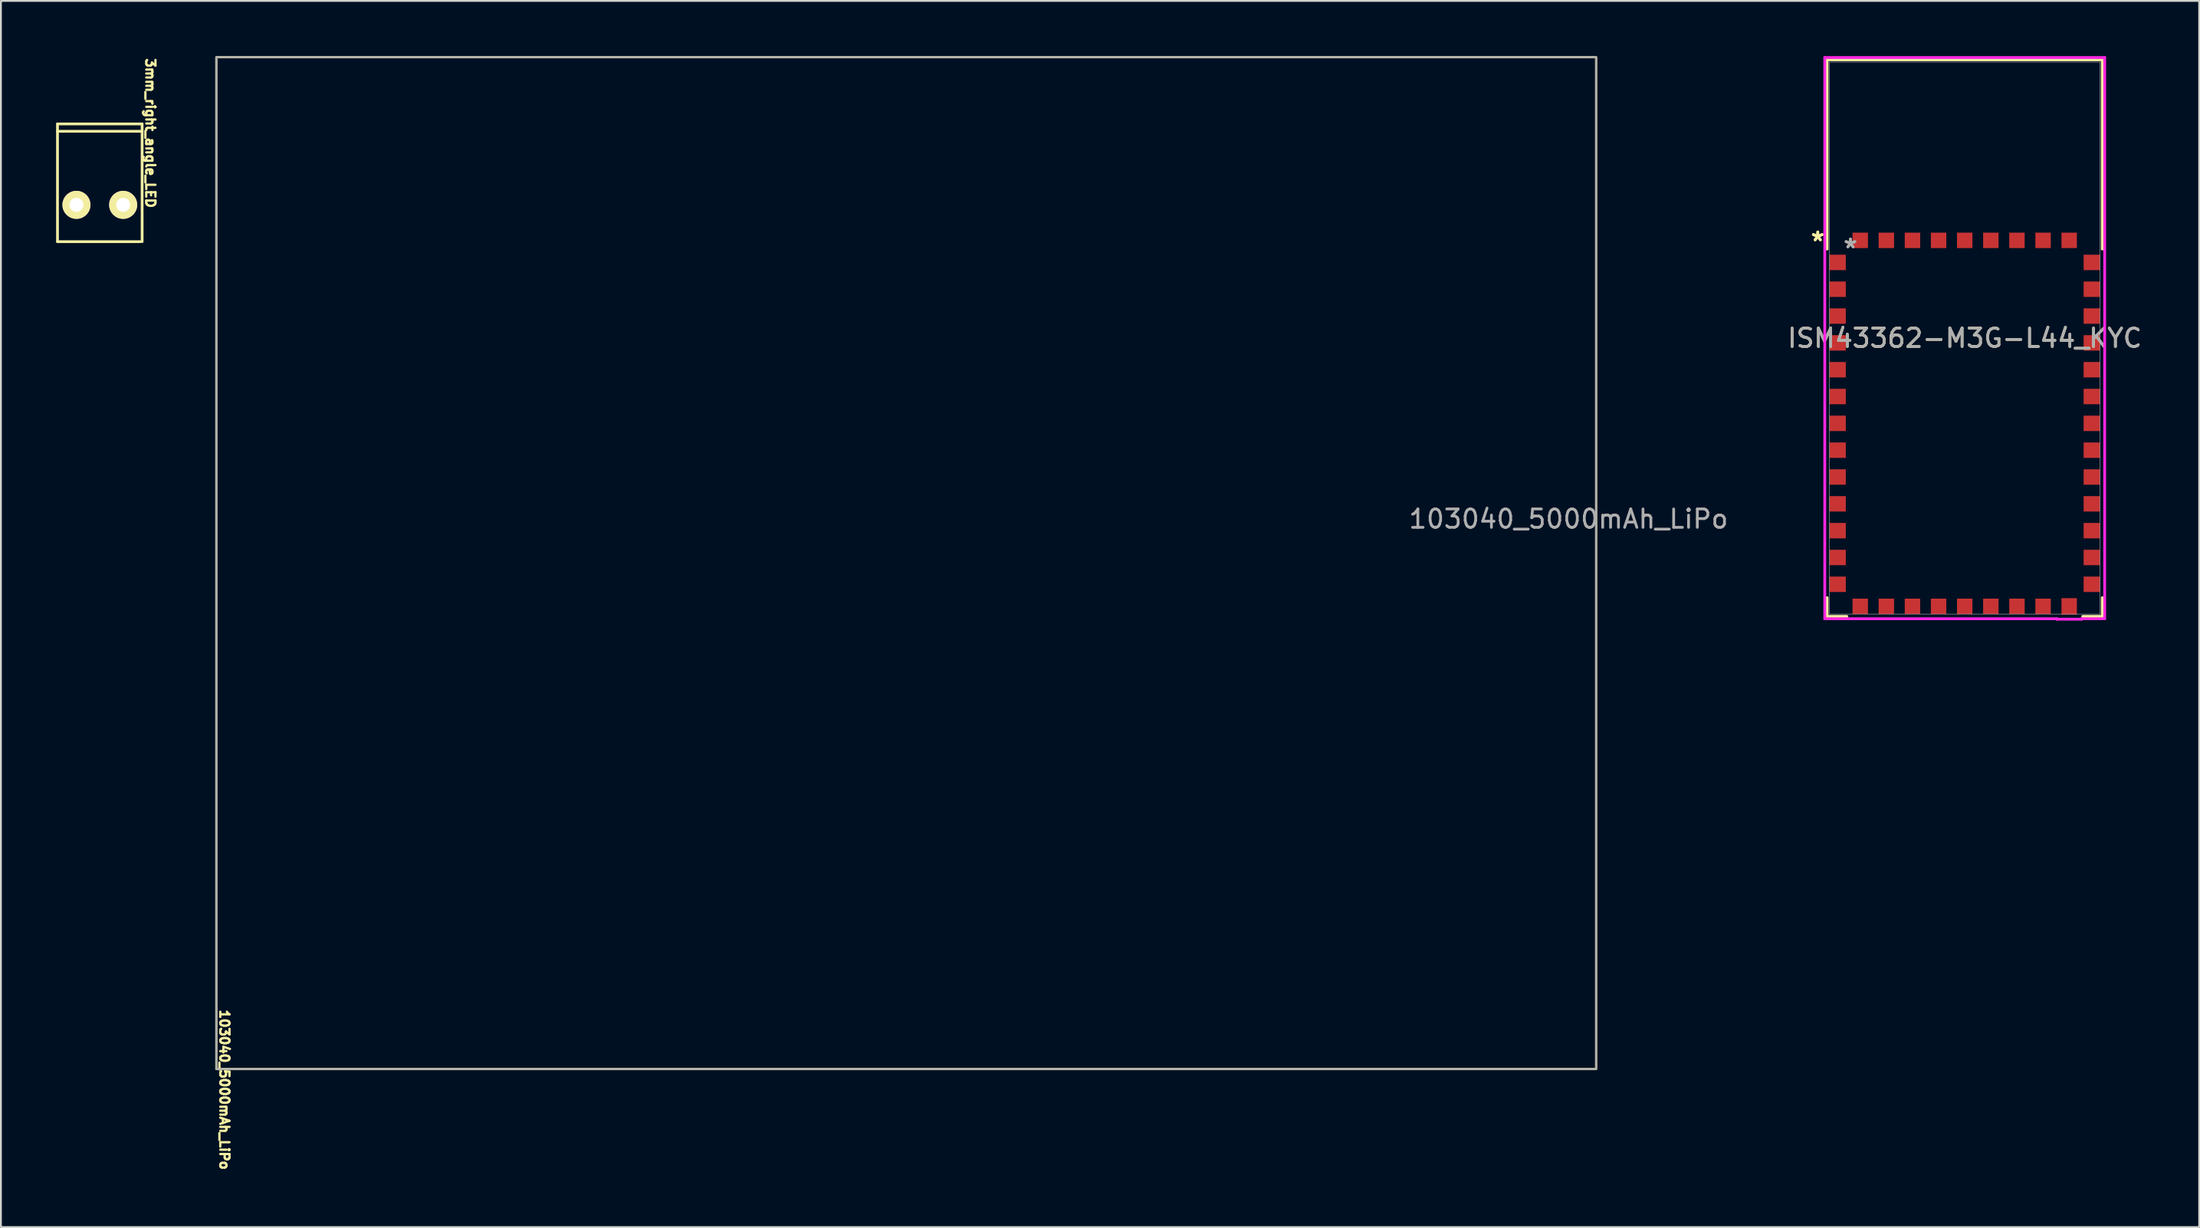
<source format=kicad_pcb>
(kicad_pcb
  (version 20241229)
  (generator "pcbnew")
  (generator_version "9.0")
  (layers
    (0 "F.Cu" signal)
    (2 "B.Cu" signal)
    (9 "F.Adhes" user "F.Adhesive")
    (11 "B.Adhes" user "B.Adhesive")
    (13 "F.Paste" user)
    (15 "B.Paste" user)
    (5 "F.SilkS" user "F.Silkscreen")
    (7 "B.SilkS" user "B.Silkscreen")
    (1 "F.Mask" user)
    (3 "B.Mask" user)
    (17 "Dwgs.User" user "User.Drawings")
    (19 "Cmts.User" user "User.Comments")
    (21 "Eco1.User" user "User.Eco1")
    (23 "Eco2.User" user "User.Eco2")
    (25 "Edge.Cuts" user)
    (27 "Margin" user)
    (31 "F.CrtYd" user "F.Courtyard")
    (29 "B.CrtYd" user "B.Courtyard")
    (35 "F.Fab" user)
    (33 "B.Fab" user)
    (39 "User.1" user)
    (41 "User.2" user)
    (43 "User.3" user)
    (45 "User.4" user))
  (footprint "3mm_right_angle_LED"
    (layer "F.Cu")
    (at 2.375 8.085)
    (property "Reference" "3mm_right_angle_LED" (at 2.75 -3.9 270) (unlocked yes) (layer "F.SilkS") (effects (font (size 0.5 0.5) (thickness 0.15))))
    (attr through_hole)
    (fp_line (start -2.3 -4.4) (end -2.3 2) (stroke (width 0.15) (type solid)) (layer "F.SilkS"))
    (fp_line (start -2.3 -4.4) (end 2.3 -4.4) (stroke (width 0.15) (type solid)) (layer "F.SilkS"))
    (fp_line (start -2.3 2) (end 2.2 2) (stroke (width 0.15) (type solid)) (layer "F.SilkS"))
    (fp_line (start 2.3 -4.4) (end 2.3 2) (stroke (width 0.15) (type solid)) (layer "F.SilkS"))
    (fp_line (start 2.3 -4) (end -2.3 -4) (stroke (width 0.15) (type solid)) (layer "F.SilkS"))
    (pad "1" thru_hole circle (at -1.27 0) (size 1.524 1.524) (drill 0.762) (layers "*.Cu" "*.Mask" "F.SilkS"))
    (pad "2" thru_hole circle (at 1.27 0) (size 1.524 1.524) (drill 0.762) (layers "*.Cu" "*.Mask" "F.SilkS")))
  (footprint "103040_5000mAh_LiPo"
    (layer "F.Cu")
    (at 46.209 27.56)
    (property "Reference" "103040_5000mAh_LiPo" (at -37.06 28.62 270) (unlocked yes) (layer "F.SilkS") (effects (font (size 0.5 0.5) (thickness 0.125))))
    (attr through_hole)
    (fp_rect (start -37.5 -27.5) (end 37.5 27.5) (stroke (width 0.12) (type default)) (fill no) (layer "F.SilkS"))
    (fp_rect (start -37.5 -27.5) (end 37.5 27.5) (stroke (width 0.1) (type default)) (fill no) (layer "F.Fab"))
    (fp_text user "${REFERENCE}" (at 36 -2.4 0) (layer "F.Fab") (effects (font (size 1 1) (thickness 0.15)))))
  (footprint "ISM43362-M3G-L44_KYC"
    (layer "F.Cu")
    (at 103.744 15.329)
    (property "Reference" "ISM43362-M3G-L44_KYC" (at 0 0 0) (unlocked yes) (layer "F.SilkS") (effects (font (size 1 1) (thickness 0.15))))
    (attr smd)
    (fp_line (start -7.48 -15.126) (end -7.48 -4.841) (stroke (width 0.152) (type solid)) (layer "F.SilkS"))
    (fp_line (start -7.48 14.107) (end -7.48 15.126) (stroke (width 0.152) (type solid)) (layer "F.SilkS"))
    (fp_line (start -7.48 15.126) (end -6.406 15.126) (stroke (width 0.152) (type solid)) (layer "F.SilkS"))
    (fp_line (start 6.415 15.126) (end 7.48 15.126) (stroke (width 0.152) (type solid)) (layer "F.SilkS"))
    (fp_line (start 7.48 -15.126) (end -7.48 -15.126) (stroke (width 0.152) (type solid)) (layer "F.SilkS"))
    (fp_line (start 7.48 -4.841) (end 7.48 -15.126) (stroke (width 0.152) (type solid)) (layer "F.SilkS"))
    (fp_line (start 7.48 15.126) (end 7.48 14.107) (stroke (width 0.152) (type solid)) (layer "F.SilkS"))
    (fp_poly (pts (xy -7.353 -14.999) (xy -7.353 -5.733) (xy 7.353 -5.733) (xy 7.353 -14.999)) (stroke (width 0.1) (type solid)) (fill no) (layer "Eco2.User"))
    (fp_line (start -7.607 -15.253) (end -7.607 15.253) (stroke (width 0.152) (type solid)) (layer "F.CrtYd"))
    (fp_line (start -7.607 15.253) (end 5.006 15.253) (stroke (width 0.152) (type solid)) (layer "F.CrtYd"))
    (fp_line (start 5.006 15.253) (end 5.006 15.278) (stroke (width 0.152) (type solid)) (layer "F.CrtYd"))
    (fp_line (start 5.006 15.278) (end 6.353 15.278) (stroke (width 0.152) (type solid)) (layer "F.CrtYd"))
    (fp_line (start 6.353 15.253) (end 7.607 15.253) (stroke (width 0.152) (type solid)) (layer "F.CrtYd"))
    (fp_line (start 6.353 15.278) (end 6.353 15.253) (stroke (width 0.152) (type solid)) (layer "F.CrtYd"))
    (fp_line (start 7.607 -15.253) (end -7.607 -15.253) (stroke (width 0.152) (type solid)) (layer "F.CrtYd"))
    (fp_line (start 7.607 15.253) (end 7.607 -15.253) (stroke (width 0.152) (type solid)) (layer "F.CrtYd"))
    (fp_line (start -7.353 -14.999) (end -7.353 14.999) (stroke (width 0.025) (type solid)) (layer "F.Fab"))
    (fp_line (start -7.353 14.999) (end 7.353 14.999) (stroke (width 0.025) (type solid)) (layer "F.Fab"))
    (fp_line (start 7.353 -14.999) (end -7.353 -14.999) (stroke (width 0.025) (type solid)) (layer "F.Fab"))
    (fp_line (start 7.353 14.999) (end 7.353 -14.999) (stroke (width 0.025) (type solid)) (layer "F.Fab"))
    (fp_text user "*" (at -7.988 -5.225 0) (layer "F.SilkS") (effects (font (size 1 1) (thickness 0.15))))
    (fp_text user "*" (at -7.988 -5.225 0) (unlocked yes) (layer "F.SilkS") (effects (font (size 1 1) (thickness 0.15))))
    (fp_text user "*" (at -6.21 -4.844 0) (layer "F.Fab") (effects (font (size 1 1) (thickness 0.15))))
    (fp_text user "${REFERENCE}" (at 0 0 0) (unlocked yes) (layer "F.Fab") (effects (font (size 1 1) (thickness 0.15))))
    (fp_text user "*" (at -6.21 -4.844 0) (unlocked yes) (layer "F.Fab") (effects (font (size 1 1) (thickness 0.15))))
    (pad "1" smd rect (at -6.909 -4.115 90) (size 0.838 0.889) (layers "F.Cu" "F.Mask" "F.Paste"))
    (pad "2" smd rect (at -6.909 -2.657 90) (size 0.838 0.889) (layers "F.Cu" "F.Mask" "F.Paste"))
    (pad "3" smd rect (at -6.909 -1.199 90) (size 0.838 0.889) (layers "F.Cu" "F.Mask" "F.Paste"))
    (pad "4" smd rect (at -6.909 0.259 90) (size 0.838 0.889) (layers "F.Cu" "F.Mask" "F.Paste"))
    (pad "5" smd rect (at -6.909 1.717 90) (size 0.838 0.889) (layers "F.Cu" "F.Mask" "F.Paste"))
    (pad "6" smd rect (at -6.909 3.175 90) (size 0.838 0.889) (layers "F.Cu" "F.Mask" "F.Paste"))
    (pad "7" smd rect (at -6.909 4.633 90) (size 0.838 0.889) (layers "F.Cu" "F.Mask" "F.Paste"))
    (pad "8" smd rect (at -6.909 6.091 90) (size 0.838 0.889) (layers "F.Cu" "F.Mask" "F.Paste"))
    (pad "9" smd rect (at -6.909 7.549 90) (size 0.838 0.889) (layers "F.Cu" "F.Mask" "F.Paste"))
    (pad "10" smd rect (at -6.909 9.007 90) (size 0.838 0.889) (layers "F.Cu" "F.Mask" "F.Paste"))
    (pad "11" smd rect (at -6.909 10.465 90) (size 0.838 0.889) (layers "F.Cu" "F.Mask" "F.Paste"))
    (pad "12" smd rect (at -6.909 11.923 90) (size 0.838 0.889) (layers "F.Cu" "F.Mask" "F.Paste"))
    (pad "13" smd rect (at -6.909 13.381 90) (size 0.838 0.889) (layers "F.Cu" "F.Mask" "F.Paste"))
    (pad "14" smd rect (at -5.679 14.58) (size 0.838 0.838) (layers "F.Cu" "F.Mask" "F.Paste"))
    (pad "15" smd rect (at -4.26 14.58) (size 0.838 0.838) (layers "F.Cu" "F.Mask" "F.Paste"))
    (pad "16" smd rect (at -2.84 14.58) (size 0.838 0.838) (layers "F.Cu" "F.Mask" "F.Paste"))
    (pad "17" smd rect (at -1.42 14.58) (size 0.838 0.838) (layers "F.Cu" "F.Mask" "F.Paste"))
    (pad "18" smd rect (at 0 14.58) (size 0.838 0.838) (layers "F.Cu" "F.Mask" "F.Paste"))
    (pad "19" smd rect (at 1.42 14.58) (size 0.838 0.838) (layers "F.Cu" "F.Mask" "F.Paste"))
    (pad "20" smd rect (at 2.84 14.58) (size 0.838 0.838) (layers "F.Cu" "F.Mask" "F.Paste"))
    (pad "21" smd rect (at 4.26 14.58) (size 0.838 0.838) (layers "F.Cu" "F.Mask" "F.Paste"))
    (pad "22" smd rect (at 5.679 14.58) (size 0.838 0.889) (layers "F.Cu" "F.Mask" "F.Paste"))
    (pad "23" smd rect (at 6.909 13.381 90) (size 0.838 0.889) (layers "F.Cu" "F.Mask" "F.Paste"))
    (pad "24" smd rect (at 6.909 11.923 90) (size 0.838 0.889) (layers "F.Cu" "F.Mask" "F.Paste"))
    (pad "25" smd rect (at 6.909 10.465 90) (size 0.838 0.889) (layers "F.Cu" "F.Mask" "F.Paste"))
    (pad "26" smd rect (at 6.909 9.007 90) (size 0.838 0.889) (layers "F.Cu" "F.Mask" "F.Paste"))
    (pad "27" smd rect (at 6.909 7.549 90) (size 0.838 0.889) (layers "F.Cu" "F.Mask" "F.Paste"))
    (pad "28" smd rect (at 6.909 6.091 90) (size 0.838 0.889) (layers "F.Cu" "F.Mask" "F.Paste"))
    (pad "29" smd rect (at 6.909 4.633 90) (size 0.838 0.889) (layers "F.Cu" "F.Mask" "F.Paste"))
    (pad "30" smd rect (at 6.909 3.175 90) (size 0.838 0.889) (layers "F.Cu" "F.Mask" "F.Paste"))
    (pad "31" smd rect (at 6.909 1.717 90) (size 0.838 0.889) (layers "F.Cu" "F.Mask" "F.Paste"))
    (pad "32" smd rect (at 6.909 0.259 90) (size 0.838 0.889) (layers "F.Cu" "F.Mask" "F.Paste"))
    (pad "33" smd rect (at 6.909 -1.199 90) (size 0.838 0.889) (layers "F.Cu" "F.Mask" "F.Paste"))
    (pad "34" smd rect (at 6.909 -2.657 90) (size 0.838 0.889) (layers "F.Cu" "F.Mask" "F.Paste"))
    (pad "35" smd rect (at 6.909 -4.115 90) (size 0.838 0.889) (layers "F.Cu" "F.Mask" "F.Paste"))
    (pad "36" smd rect (at 5.679 -5.314) (size 0.838 0.838) (layers "F.Cu" "F.Mask" "F.Paste"))
    (pad "37" smd rect (at 4.26 -5.314) (size 0.838 0.838) (layers "F.Cu" "F.Mask" "F.Paste"))
    (pad "38" smd rect (at 2.84 -5.314) (size 0.838 0.838) (layers "F.Cu" "F.Mask" "F.Paste"))
    (pad "39" smd rect (at 1.42 -5.314) (size 0.838 0.838) (layers "F.Cu" "F.Mask" "F.Paste"))
    (pad "40" smd rect (at 0 -5.314) (size 0.838 0.838) (layers "F.Cu" "F.Mask" "F.Paste"))
    (pad "41" smd rect (at -1.42 -5.314) (size 0.838 0.838) (layers "F.Cu" "F.Mask" "F.Paste"))
    (pad "42" smd rect (at -2.84 -5.314) (size 0.838 0.838) (layers "F.Cu" "F.Mask" "F.Paste"))
    (pad "43" smd rect (at -4.26 -5.314) (size 0.838 0.838) (layers "F.Cu" "F.Mask" "F.Paste"))
    (pad "44" smd rect (at -5.679 -5.314) (size 0.838 0.838) (layers "F.Cu" "F.Mask" "F.Paste")))
  (gr_rect
    (start -3 -3)
    (end 116.489 63.651)
    (stroke (width 0.1) (type default))
    (fill no)
    (layer "Edge.Cuts")))
</source>
